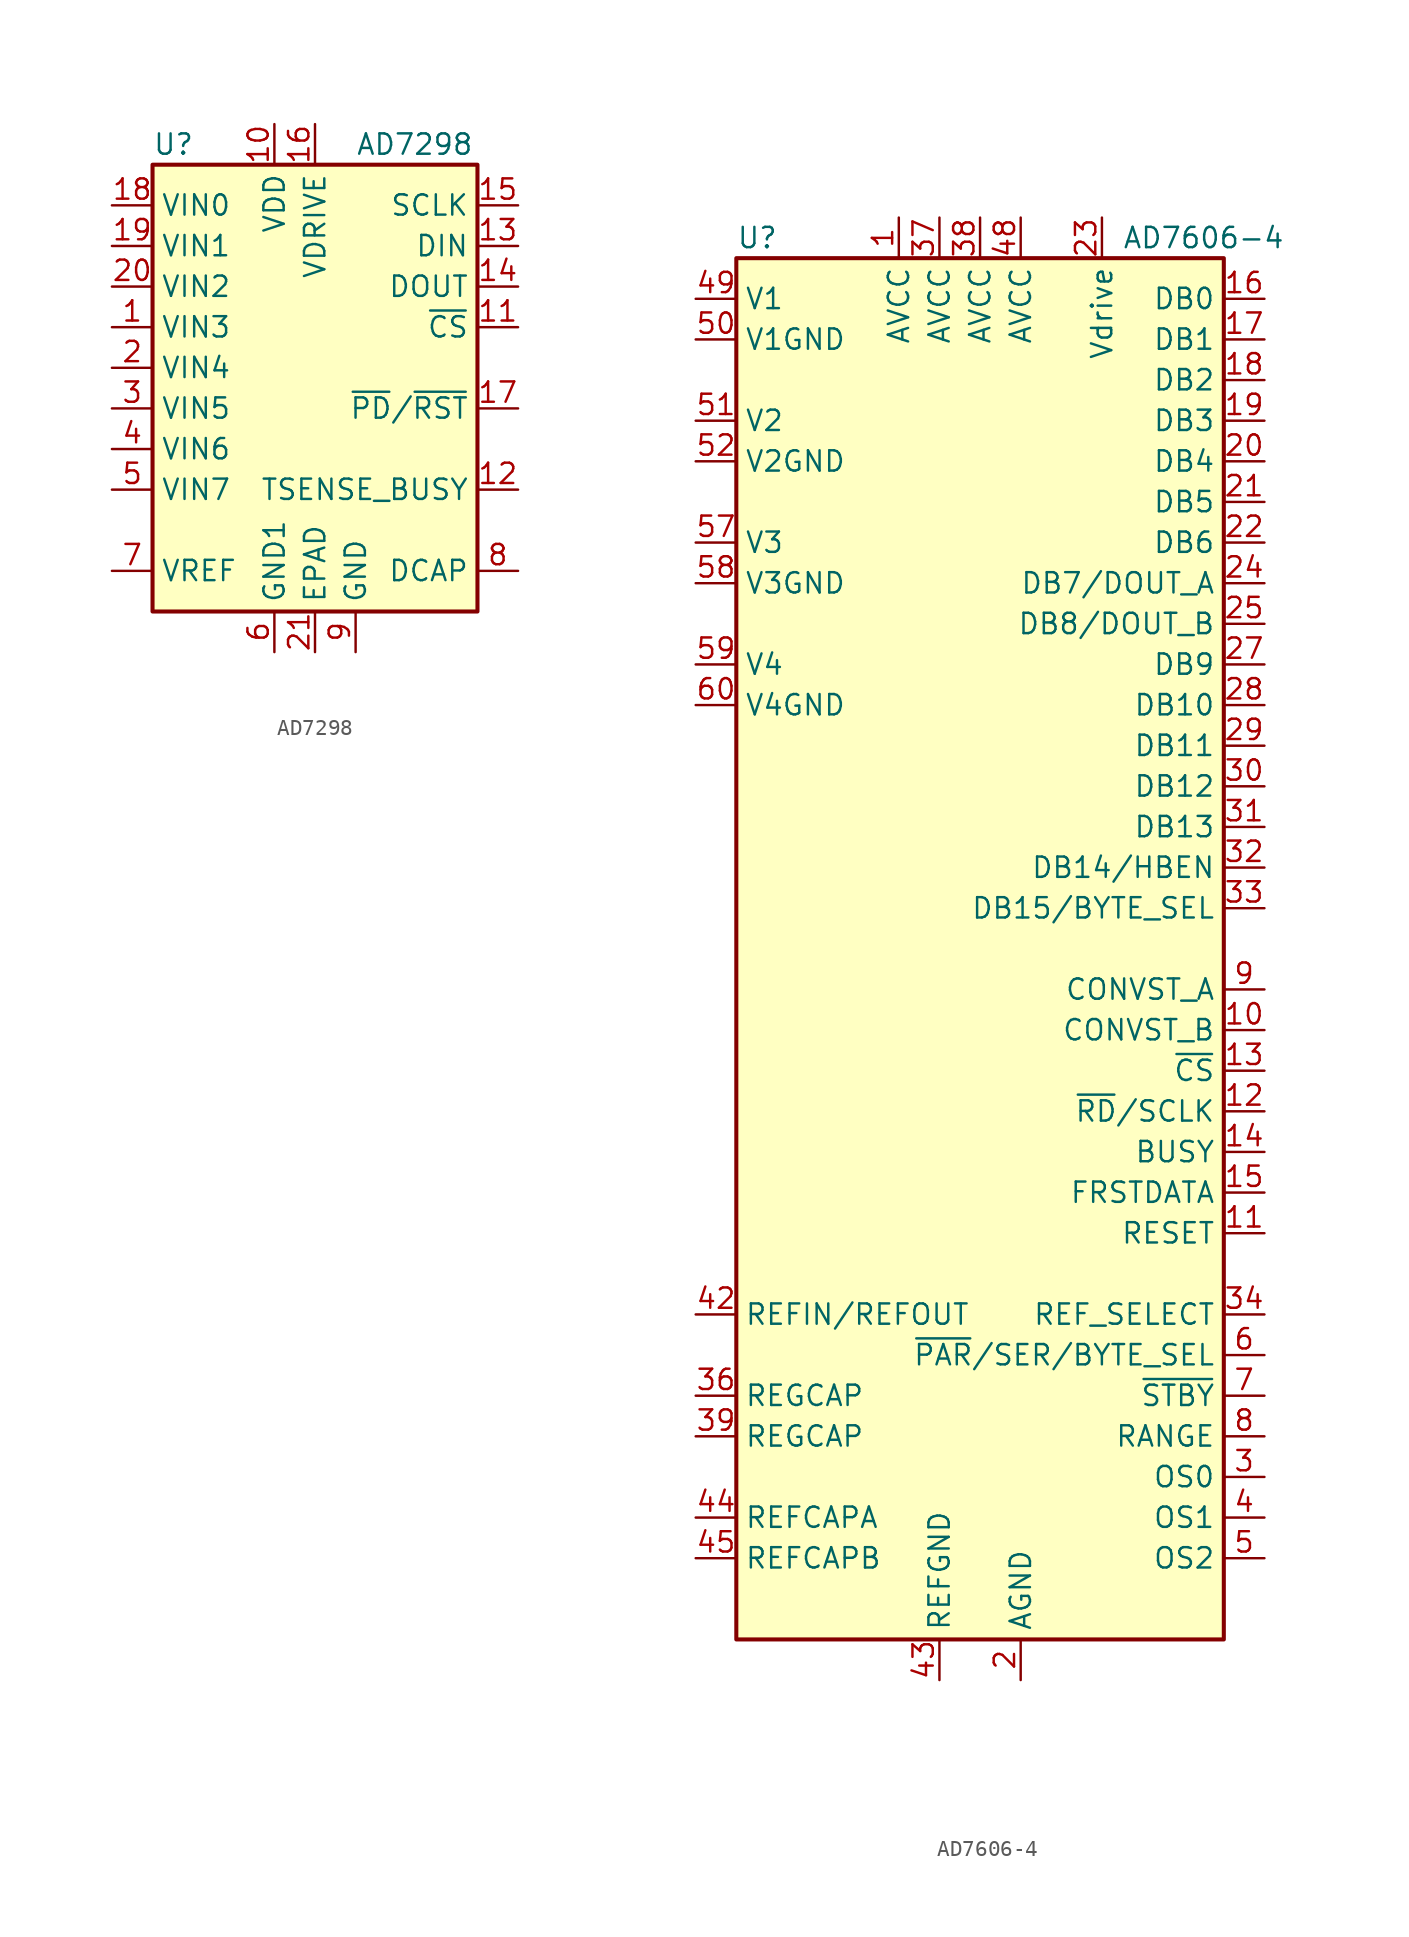
<source format=kicad_sym>
(kicad_symbol_lib
  (version 20201005)
  (generator kicad_symbol_editor)
  (symbol "Analog_ADC:AD7298"
    (property "Reference" "U"
      (at -10.16 13.97 0)
      (effects (font (size 1.27 1.27)) (justify left)))
    (property "Value" "AD7298"
      (at 2.54 13.97 0)
      (effects (font (size 1.27 1.27)) (justify left)))
    (symbol "AD7298_0_1"
      (rectangle (start -10.16 12.7) (end 10.16 -15.24) (stroke (width 0.254)) (fill (type background))))
    (symbol "AD7298_1_1"
      (pin input line (at -12.7 2.54 0) (length 2.54) (name "VIN3" (effects (font (size 1.27 1.27)))) (number "1" (effects (font (size 1.27 1.27)))))
      (pin power_in line (at -2.54 15.24 270) (length 2.54) (name "VDD" (effects (font (size 1.27 1.27)))) (number "10" (effects (font (size 1.27 1.27)))))
      (pin input line (at 12.7 2.54 180) (length 2.54) (name "~CS" (effects (font (size 1.27 1.27)))) (number "11" (effects (font (size 1.27 1.27)))))
      (pin output line (at 12.7 -7.62 180) (length 2.54) (name "TSENSE_BUSY" (effects (font (size 1.27 1.27)))) (number "12" (effects (font (size 1.27 1.27)))))
      (pin input line (at 12.7 7.62 180) (length 2.54) (name "DIN" (effects (font (size 1.27 1.27)))) (number "13" (effects (font (size 1.27 1.27)))))
      (pin output line (at 12.7 5.08 180) (length 2.54) (name "DOUT" (effects (font (size 1.27 1.27)))) (number "14" (effects (font (size 1.27 1.27)))))
      (pin input line (at 12.7 10.16 180) (length 2.54) (name "SCLK" (effects (font (size 1.27 1.27)))) (number "15" (effects (font (size 1.27 1.27)))))
      (pin power_in line (at 0 15.24 270) (length 2.54) (name "VDRIVE" (effects (font (size 1.27 1.27)))) (number "16" (effects (font (size 1.27 1.27)))))
      (pin input line (at 12.7 -2.54 180) (length 2.54) (name "~PD~/~RST" (effects (font (size 1.27 1.27)))) (number "17" (effects (font (size 1.27 1.27)))))
      (pin input line (at -12.7 10.16 0) (length 2.54) (name "VIN0" (effects (font (size 1.27 1.27)))) (number "18" (effects (font (size 1.27 1.27)))))
      (pin input line (at -12.7 7.62 0) (length 2.54) (name "VIN1" (effects (font (size 1.27 1.27)))) (number "19" (effects (font (size 1.27 1.27)))))
      (pin input line (at -12.7 0 0) (length 2.54) (name "VIN4" (effects (font (size 1.27 1.27)))) (number "2" (effects (font (size 1.27 1.27)))))
      (pin input line (at -12.7 5.08 0) (length 2.54) (name "VIN2" (effects (font (size 1.27 1.27)))) (number "20" (effects (font (size 1.27 1.27)))))
      (pin power_in line (at 0 -17.78 90) (length 2.54) (name "EPAD" (effects (font (size 1.27 1.27)))) (number "21" (effects (font (size 1.27 1.27)))))
      (pin input line (at -12.7 -2.54 0) (length 2.54) (name "VIN5" (effects (font (size 1.27 1.27)))) (number "3" (effects (font (size 1.27 1.27)))))
      (pin input line (at -12.7 -5.08 0) (length 2.54) (name "VIN6" (effects (font (size 1.27 1.27)))) (number "4" (effects (font (size 1.27 1.27)))))
      (pin input line (at -12.7 -7.62 0) (length 2.54) (name "VIN7" (effects (font (size 1.27 1.27)))) (number "5" (effects (font (size 1.27 1.27)))))
      (pin power_in line (at -2.54 -17.78 90) (length 2.54) (name "GND1" (effects (font (size 1.27 1.27)))) (number "6" (effects (font (size 1.27 1.27)))))
      (pin passive line (at -12.7 -12.7 0) (length 2.54) (name "VREF" (effects (font (size 1.27 1.27)))) (number "7" (effects (font (size 1.27 1.27)))))
      (pin passive line (at 12.7 -12.7 180) (length 2.54) (name "DCAP" (effects (font (size 1.27 1.27)))) (number "8" (effects (font (size 1.27 1.27)))))
      (pin power_in line (at 2.54 -17.78 90) (length 2.54) (name "GND" (effects (font (size 1.27 1.27)))) (number "9" (effects (font (size 1.27 1.27)))))))
  (symbol "Analog_ADC:AD7606-4"
    (property "Reference" "U"
      (at -15.24 44.45 0)
      (effects (font (size 1.27 1.27)) (justify left)))
    (property "Value" "AD7606-4"
      (at 8.89 44.45 0)
      (effects (font (size 1.27 1.27)) (justify left)))
    (symbol "AD7606-4_1_1"
      (rectangle (start -15.24 43.18) (end 15.24 -43.18) (stroke (width 0.254)) (fill (type background)))
      (pin power_in line (at -5.08 45.72 270) (length 2.54) (name "AVCC" (effects (font (size 1.27 1.27)))) (number "1" (effects (font (size 1.27 1.27)))))
      (pin input line (at 17.78 -5.08 180) (length 2.54) (name "CONVST_B" (effects (font (size 1.27 1.27)))) (number "10" (effects (font (size 1.27 1.27)))))
      (pin input line (at 17.78 -17.78 180) (length 2.54) (name "RESET" (effects (font (size 1.27 1.27)))) (number "11" (effects (font (size 1.27 1.27)))))
      (pin input line (at 17.78 -10.16 180) (length 2.54) (name "~RD~/SCLK" (effects (font (size 1.27 1.27)))) (number "12" (effects (font (size 1.27 1.27)))))
      (pin input line (at 17.78 -7.62 180) (length 2.54) (name "~CS" (effects (font (size 1.27 1.27)))) (number "13" (effects (font (size 1.27 1.27)))))
      (pin output line (at 17.78 -12.7 180) (length 2.54) (name "BUSY" (effects (font (size 1.27 1.27)))) (number "14" (effects (font (size 1.27 1.27)))))
      (pin output line (at 17.78 -15.24 180) (length 2.54) (name "FRSTDATA" (effects (font (size 1.27 1.27)))) (number "15" (effects (font (size 1.27 1.27)))))
      (pin output line (at 17.78 40.64 180) (length 2.54) (name "DB0" (effects (font (size 1.27 1.27)))) (number "16" (effects (font (size 1.27 1.27)))))
      (pin output line (at 17.78 38.1 180) (length 2.54) (name "DB1" (effects (font (size 1.27 1.27)))) (number "17" (effects (font (size 1.27 1.27)))))
      (pin output line (at 17.78 35.56 180) (length 2.54) (name "DB2" (effects (font (size 1.27 1.27)))) (number "18" (effects (font (size 1.27 1.27)))))
      (pin output line (at 17.78 33.02 180) (length 2.54) (name "DB3" (effects (font (size 1.27 1.27)))) (number "19" (effects (font (size 1.27 1.27)))))
      (pin power_in line (at 2.54 -45.72 90) (length 2.54) (name "AGND" (effects (font (size 1.27 1.27)))) (number "2" (effects (font (size 1.27 1.27)))))
      (pin output line (at 17.78 30.48 180) (length 2.54) (name "DB4" (effects (font (size 1.27 1.27)))) (number "20" (effects (font (size 1.27 1.27)))))
      (pin output line (at 17.78 27.94 180) (length 2.54) (name "DB5" (effects (font (size 1.27 1.27)))) (number "21" (effects (font (size 1.27 1.27)))))
      (pin output line (at 17.78 25.4 180) (length 2.54) (name "DB6" (effects (font (size 1.27 1.27)))) (number "22" (effects (font (size 1.27 1.27)))))
      (pin power_in line (at 7.62 45.72 270) (length 2.54) (name "Vdrive" (effects (font (size 1.27 1.27)))) (number "23" (effects (font (size 1.27 1.27)))))
      (pin output line (at 17.78 22.86 180) (length 2.54) (name "DB7/DOUT_A" (effects (font (size 1.27 1.27)))) (number "24" (effects (font (size 1.27 1.27)))))
      (pin output line (at 17.78 20.32 180) (length 2.54) (name "DB8/DOUT_B" (effects (font (size 1.27 1.27)))) (number "25" (effects (font (size 1.27 1.27)))))
      (pin passive line (at 2.54 -45.72 90) (length 2.54) hide (name "AGND" (effects (font (size 1.27 1.27)))) (number "26" (effects (font (size 1.27 1.27)))))
      (pin output line (at 17.78 17.78 180) (length 2.54) (name "DB9" (effects (font (size 1.27 1.27)))) (number "27" (effects (font (size 1.27 1.27)))))
      (pin output line (at 17.78 15.24 180) (length 2.54) (name "DB10" (effects (font (size 1.27 1.27)))) (number "28" (effects (font (size 1.27 1.27)))))
      (pin output line (at 17.78 12.7 180) (length 2.54) (name "DB11" (effects (font (size 1.27 1.27)))) (number "29" (effects (font (size 1.27 1.27)))))
      (pin input line (at 17.78 -33.02 180) (length 2.54) (name "OS0" (effects (font (size 1.27 1.27)))) (number "3" (effects (font (size 1.27 1.27)))))
      (pin output line (at 17.78 10.16 180) (length 2.54) (name "DB12" (effects (font (size 1.27 1.27)))) (number "30" (effects (font (size 1.27 1.27)))))
      (pin output line (at 17.78 7.62 180) (length 2.54) (name "DB13" (effects (font (size 1.27 1.27)))) (number "31" (effects (font (size 1.27 1.27)))))
      (pin bidirectional line (at 17.78 5.08 180) (length 2.54) (name "DB14/HBEN" (effects (font (size 1.27 1.27)))) (number "32" (effects (font (size 1.27 1.27)))))
      (pin bidirectional line (at 17.78 2.54 180) (length 2.54) (name "DB15/BYTE_SEL" (effects (font (size 1.27 1.27)))) (number "33" (effects (font (size 1.27 1.27)))))
      (pin input line (at 17.78 -22.86 180) (length 2.54) (name "REF_SELECT" (effects (font (size 1.27 1.27)))) (number "34" (effects (font (size 1.27 1.27)))))
      (pin passive line (at 2.54 -45.72 90) (length 2.54) hide (name "AGND" (effects (font (size 1.27 1.27)))) (number "35" (effects (font (size 1.27 1.27)))))
      (pin passive line (at -17.78 -27.94 0) (length 2.54) (name "REGCAP" (effects (font (size 1.27 1.27)))) (number "36" (effects (font (size 1.27 1.27)))))
      (pin power_in line (at -2.54 45.72 270) (length 2.54) (name "AVCC" (effects (font (size 1.27 1.27)))) (number "37" (effects (font (size 1.27 1.27)))))
      (pin power_in line (at 0 45.72 270) (length 2.54) (name "AVCC" (effects (font (size 1.27 1.27)))) (number "38" (effects (font (size 1.27 1.27)))))
      (pin passive line (at -17.78 -30.48 0) (length 2.54) (name "REGCAP" (effects (font (size 1.27 1.27)))) (number "39" (effects (font (size 1.27 1.27)))))
      (pin input line (at 17.78 -35.56 180) (length 2.54) (name "OS1" (effects (font (size 1.27 1.27)))) (number "4" (effects (font (size 1.27 1.27)))))
      (pin passive line (at 2.54 -45.72 90) (length 2.54) hide (name "AGND" (effects (font (size 1.27 1.27)))) (number "40" (effects (font (size 1.27 1.27)))))
      (pin passive line (at 2.54 -45.72 90) (length 2.54) hide (name "AGND" (effects (font (size 1.27 1.27)))) (number "41" (effects (font (size 1.27 1.27)))))
      (pin passive line (at -17.78 -22.86 0) (length 2.54) (name "REFIN/REFOUT" (effects (font (size 1.27 1.27)))) (number "42" (effects (font (size 1.27 1.27)))))
      (pin power_in line (at -2.54 -45.72 90) (length 2.54) (name "REFGND" (effects (font (size 1.27 1.27)))) (number "43" (effects (font (size 1.27 1.27)))))
      (pin passive line (at -17.78 -35.56 0) (length 2.54) (name "REFCAPA" (effects (font (size 1.27 1.27)))) (number "44" (effects (font (size 1.27 1.27)))))
      (pin passive line (at -17.78 -38.1 0) (length 2.54) (name "REFCAPB" (effects (font (size 1.27 1.27)))) (number "45" (effects (font (size 1.27 1.27)))))
      (pin passive line (at -2.54 -45.72 90) (length 2.54) hide (name "REFGND" (effects (font (size 1.27 1.27)))) (number "46" (effects (font (size 1.27 1.27)))))
      (pin passive line (at 2.54 -45.72 90) (length 2.54) hide (name "AGND" (effects (font (size 1.27 1.27)))) (number "47" (effects (font (size 1.27 1.27)))))
      (pin power_in line (at 2.54 45.72 270) (length 2.54) (name "AVCC" (effects (font (size 1.27 1.27)))) (number "48" (effects (font (size 1.27 1.27)))))
      (pin input line (at -17.78 40.64 0) (length 2.54) (name "V1" (effects (font (size 1.27 1.27)))) (number "49" (effects (font (size 1.27 1.27)))))
      (pin input line (at 17.78 -38.1 180) (length 2.54) (name "OS2" (effects (font (size 1.27 1.27)))) (number "5" (effects (font (size 1.27 1.27)))))
      (pin input line (at -17.78 38.1 0) (length 2.54) (name "V1GND" (effects (font (size 1.27 1.27)))) (number "50" (effects (font (size 1.27 1.27)))))
      (pin input line (at -17.78 33.02 0) (length 2.54) (name "V2" (effects (font (size 1.27 1.27)))) (number "51" (effects (font (size 1.27 1.27)))))
      (pin input line (at -17.78 30.48 0) (length 2.54) (name "V2GND" (effects (font (size 1.27 1.27)))) (number "52" (effects (font (size 1.27 1.27)))))
      (pin passive line (at 2.54 -45.72 90) (length 2.54) hide (name "AGND" (effects (font (size 1.27 1.27)))) (number "53" (effects (font (size 1.27 1.27)))))
      (pin passive line (at 2.54 -45.72 90) (length 2.54) hide (name "AGND" (effects (font (size 1.27 1.27)))) (number "54" (effects (font (size 1.27 1.27)))))
      (pin passive line (at 2.54 -45.72 90) (length 2.54) hide (name "AGND" (effects (font (size 1.27 1.27)))) (number "55" (effects (font (size 1.27 1.27)))))
      (pin passive line (at 2.54 -45.72 90) (length 2.54) hide (name "AGND" (effects (font (size 1.27 1.27)))) (number "56" (effects (font (size 1.27 1.27)))))
      (pin input line (at -17.78 25.4 0) (length 2.54) (name "V3" (effects (font (size 1.27 1.27)))) (number "57" (effects (font (size 1.27 1.27)))))
      (pin input line (at -17.78 22.86 0) (length 2.54) (name "V3GND" (effects (font (size 1.27 1.27)))) (number "58" (effects (font (size 1.27 1.27)))))
      (pin input line (at -17.78 17.78 0) (length 2.54) (name "V4" (effects (font (size 1.27 1.27)))) (number "59" (effects (font (size 1.27 1.27)))))
      (pin input line (at 17.78 -25.4 180) (length 2.54) (name "~PAR~/SER/BYTE_SEL" (effects (font (size 1.27 1.27)))) (number "6" (effects (font (size 1.27 1.27)))))
      (pin input line (at -17.78 15.24 0) (length 2.54) (name "V4GND" (effects (font (size 1.27 1.27)))) (number "60" (effects (font (size 1.27 1.27)))))
      (pin passive line (at 2.54 -45.72 90) (length 2.54) hide (name "AGND" (effects (font (size 1.27 1.27)))) (number "61" (effects (font (size 1.27 1.27)))))
      (pin passive line (at 2.54 -45.72 90) (length 2.54) hide (name "AGND" (effects (font (size 1.27 1.27)))) (number "62" (effects (font (size 1.27 1.27)))))
      (pin passive line (at 2.54 -45.72 90) (length 2.54) hide (name "AGND" (effects (font (size 1.27 1.27)))) (number "63" (effects (font (size 1.27 1.27)))))
      (pin passive line (at 2.54 -45.72 90) (length 2.54) hide (name "AGND" (effects (font (size 1.27 1.27)))) (number "64" (effects (font (size 1.27 1.27)))))
      (pin input line (at 17.78 -27.94 180) (length 2.54) (name "~STBY" (effects (font (size 1.27 1.27)))) (number "7" (effects (font (size 1.27 1.27)))))
      (pin input line (at 17.78 -30.48 180) (length 2.54) (name "RANGE" (effects (font (size 1.27 1.27)))) (number "8" (effects (font (size 1.27 1.27)))))
      (pin input line (at 17.78 -2.54 180) (length 2.54) (name "CONVST_A" (effects (font (size 1.27 1.27)))) (number "9" (effects (font (size 1.27 1.27))))))))
</source>
